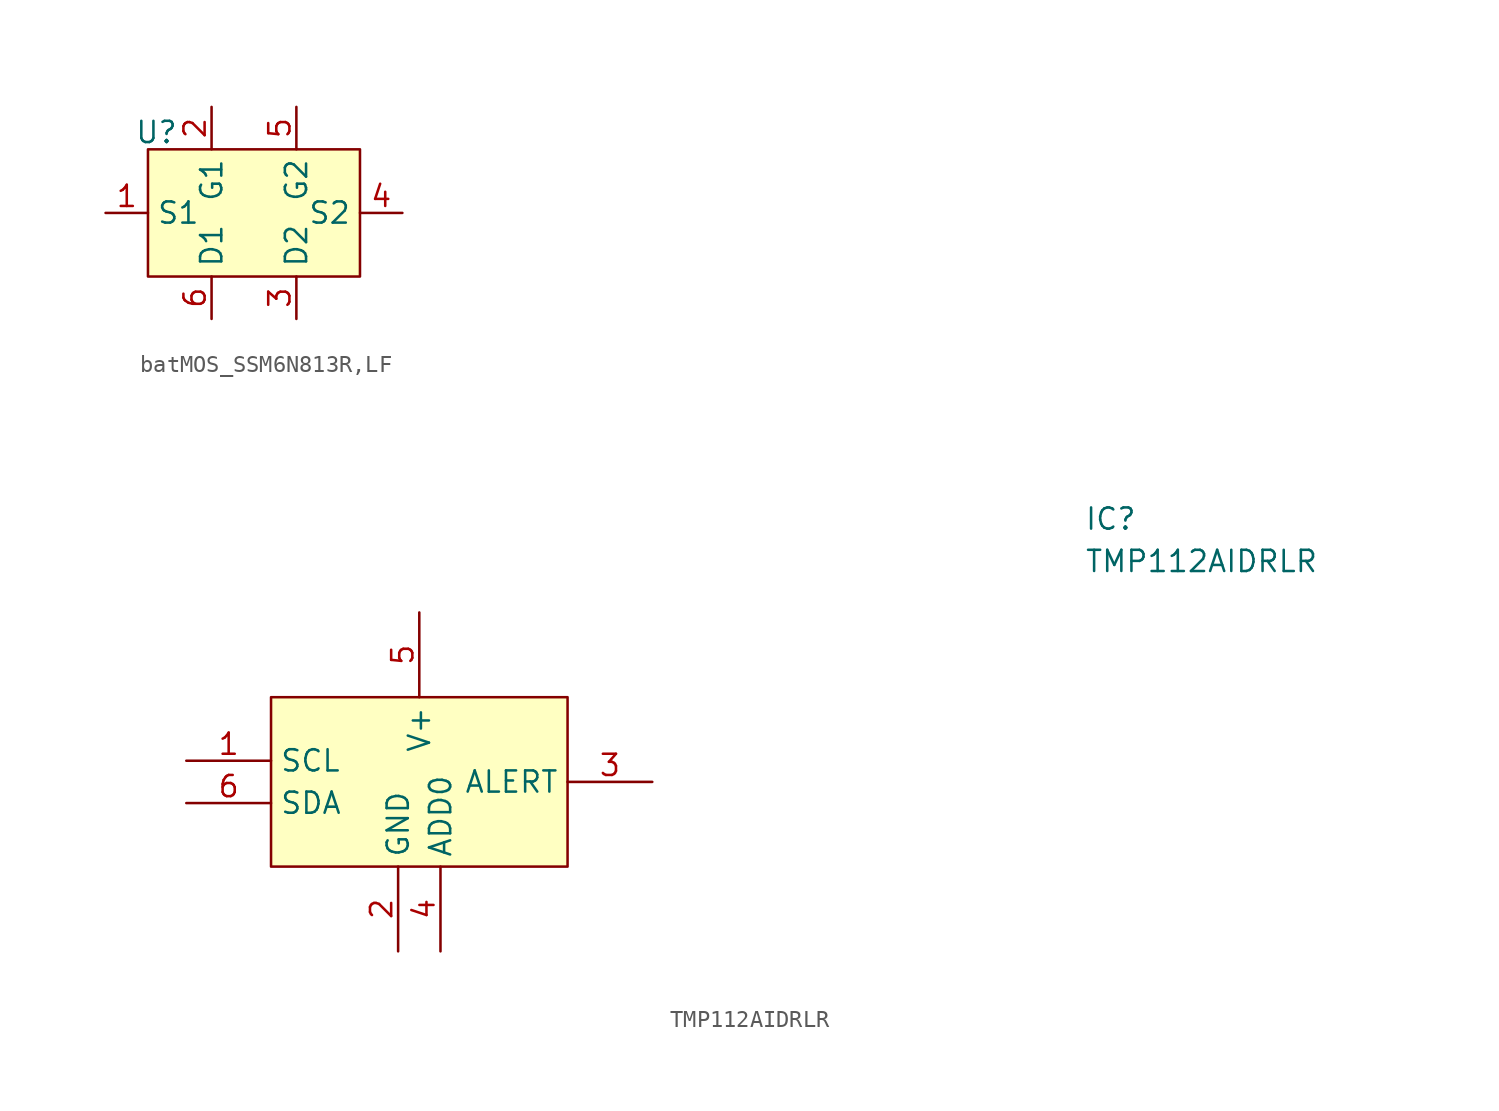
<source format=kicad_sym>
(kicad_symbol_lib
  (version 20231120)
  (generator "kicad_symbol_editor")
  (generator_version "8.0")
  (symbol "batMOS_SSM6N813R,LF"
    (property "Reference" "U"
      (at -5.842 4.826 0)
      (effects (font (size 1.27 1.27))))
    (property "Value" ""
      (at 10.414 7.112 0)
      (effects (font (size 1.27 1.27))))
    (symbol "batMOS_SSM6N813R,LF_1_1"
      (rectangle (start -6.35 3.81) (end 6.35 -3.81) (stroke (width 0) (type default)) (fill (type background)))
      (pin input line (at -8.89 0 0) (length 2.54) (name "S1" (effects (font (size 1.27 1.27)))) (number "1" (effects (font (size 1.27 1.27)))))
      (pin input line (at -2.54 6.35 270) (length 2.54) (name "G1" (effects (font (size 1.27 1.27)))) (number "2" (effects (font (size 1.27 1.27)))))
      (pin input line (at 2.54 -6.35 90) (length 2.54) (name "D2" (effects (font (size 1.27 1.27)))) (number "3" (effects (font (size 1.27 1.27)))))
      (pin input line (at 8.89 0 180) (length 2.54) (name "S2" (effects (font (size 1.27 1.27)))) (number "4" (effects (font (size 1.27 1.27)))))
      (pin input line (at 2.54 6.35 270) (length 2.54) (name "G2" (effects (font (size 1.27 1.27)))) (number "5" (effects (font (size 1.27 1.27)))))
      (pin input line (at -2.54 -6.35 90) (length 2.54) (name "D1" (effects (font (size 1.27 1.27)))) (number "6" (effects (font (size 1.27 1.27)))))))
  (symbol "TMP112AIDRLR"
    (property "Reference" "IC"
      (at 39.878 16.51 0)
      (effects (font (size 1.27 1.27)) (justify left top)))
    (property "Value" "TMP112AIDRLR"
      (at 39.878 13.97 0)
      (effects (font (size 1.27 1.27)) (justify left top)))
    (symbol "TMP112AIDRLR_1_1"
      (rectangle (start -8.89 5.08) (end 8.89 -5.08) (stroke (width 0) (type default)) (fill (type background)))
      (pin passive line (at -13.97 1.27 0) (length 5.08) (name "SCL" (effects (font (size 1.27 1.27)))) (number "1" (effects (font (size 1.27 1.27)))))
      (pin passive line (at -1.27 -10.16 90) (length 5.08) (name "GND" (effects (font (size 1.27 1.27)))) (number "2" (effects (font (size 1.27 1.27)))))
      (pin passive line (at 13.97 0 180) (length 5.08) (name "ALERT" (effects (font (size 1.27 1.27)))) (number "3" (effects (font (size 1.27 1.27)))))
      (pin passive line (at 1.27 -10.16 90) (length 5.08) (name "ADD0" (effects (font (size 1.27 1.27)))) (number "4" (effects (font (size 1.27 1.27)))))
      (pin passive line (at 0 10.16 270) (length 5.08) (name "V+" (effects (font (size 1.27 1.27)))) (number "5" (effects (font (size 1.27 1.27)))))
      (pin passive line (at -13.97 -1.27 0) (length 5.08) (name "SDA" (effects (font (size 1.27 1.27)))) (number "6" (effects (font (size 1.27 1.27))))))))
</source>
